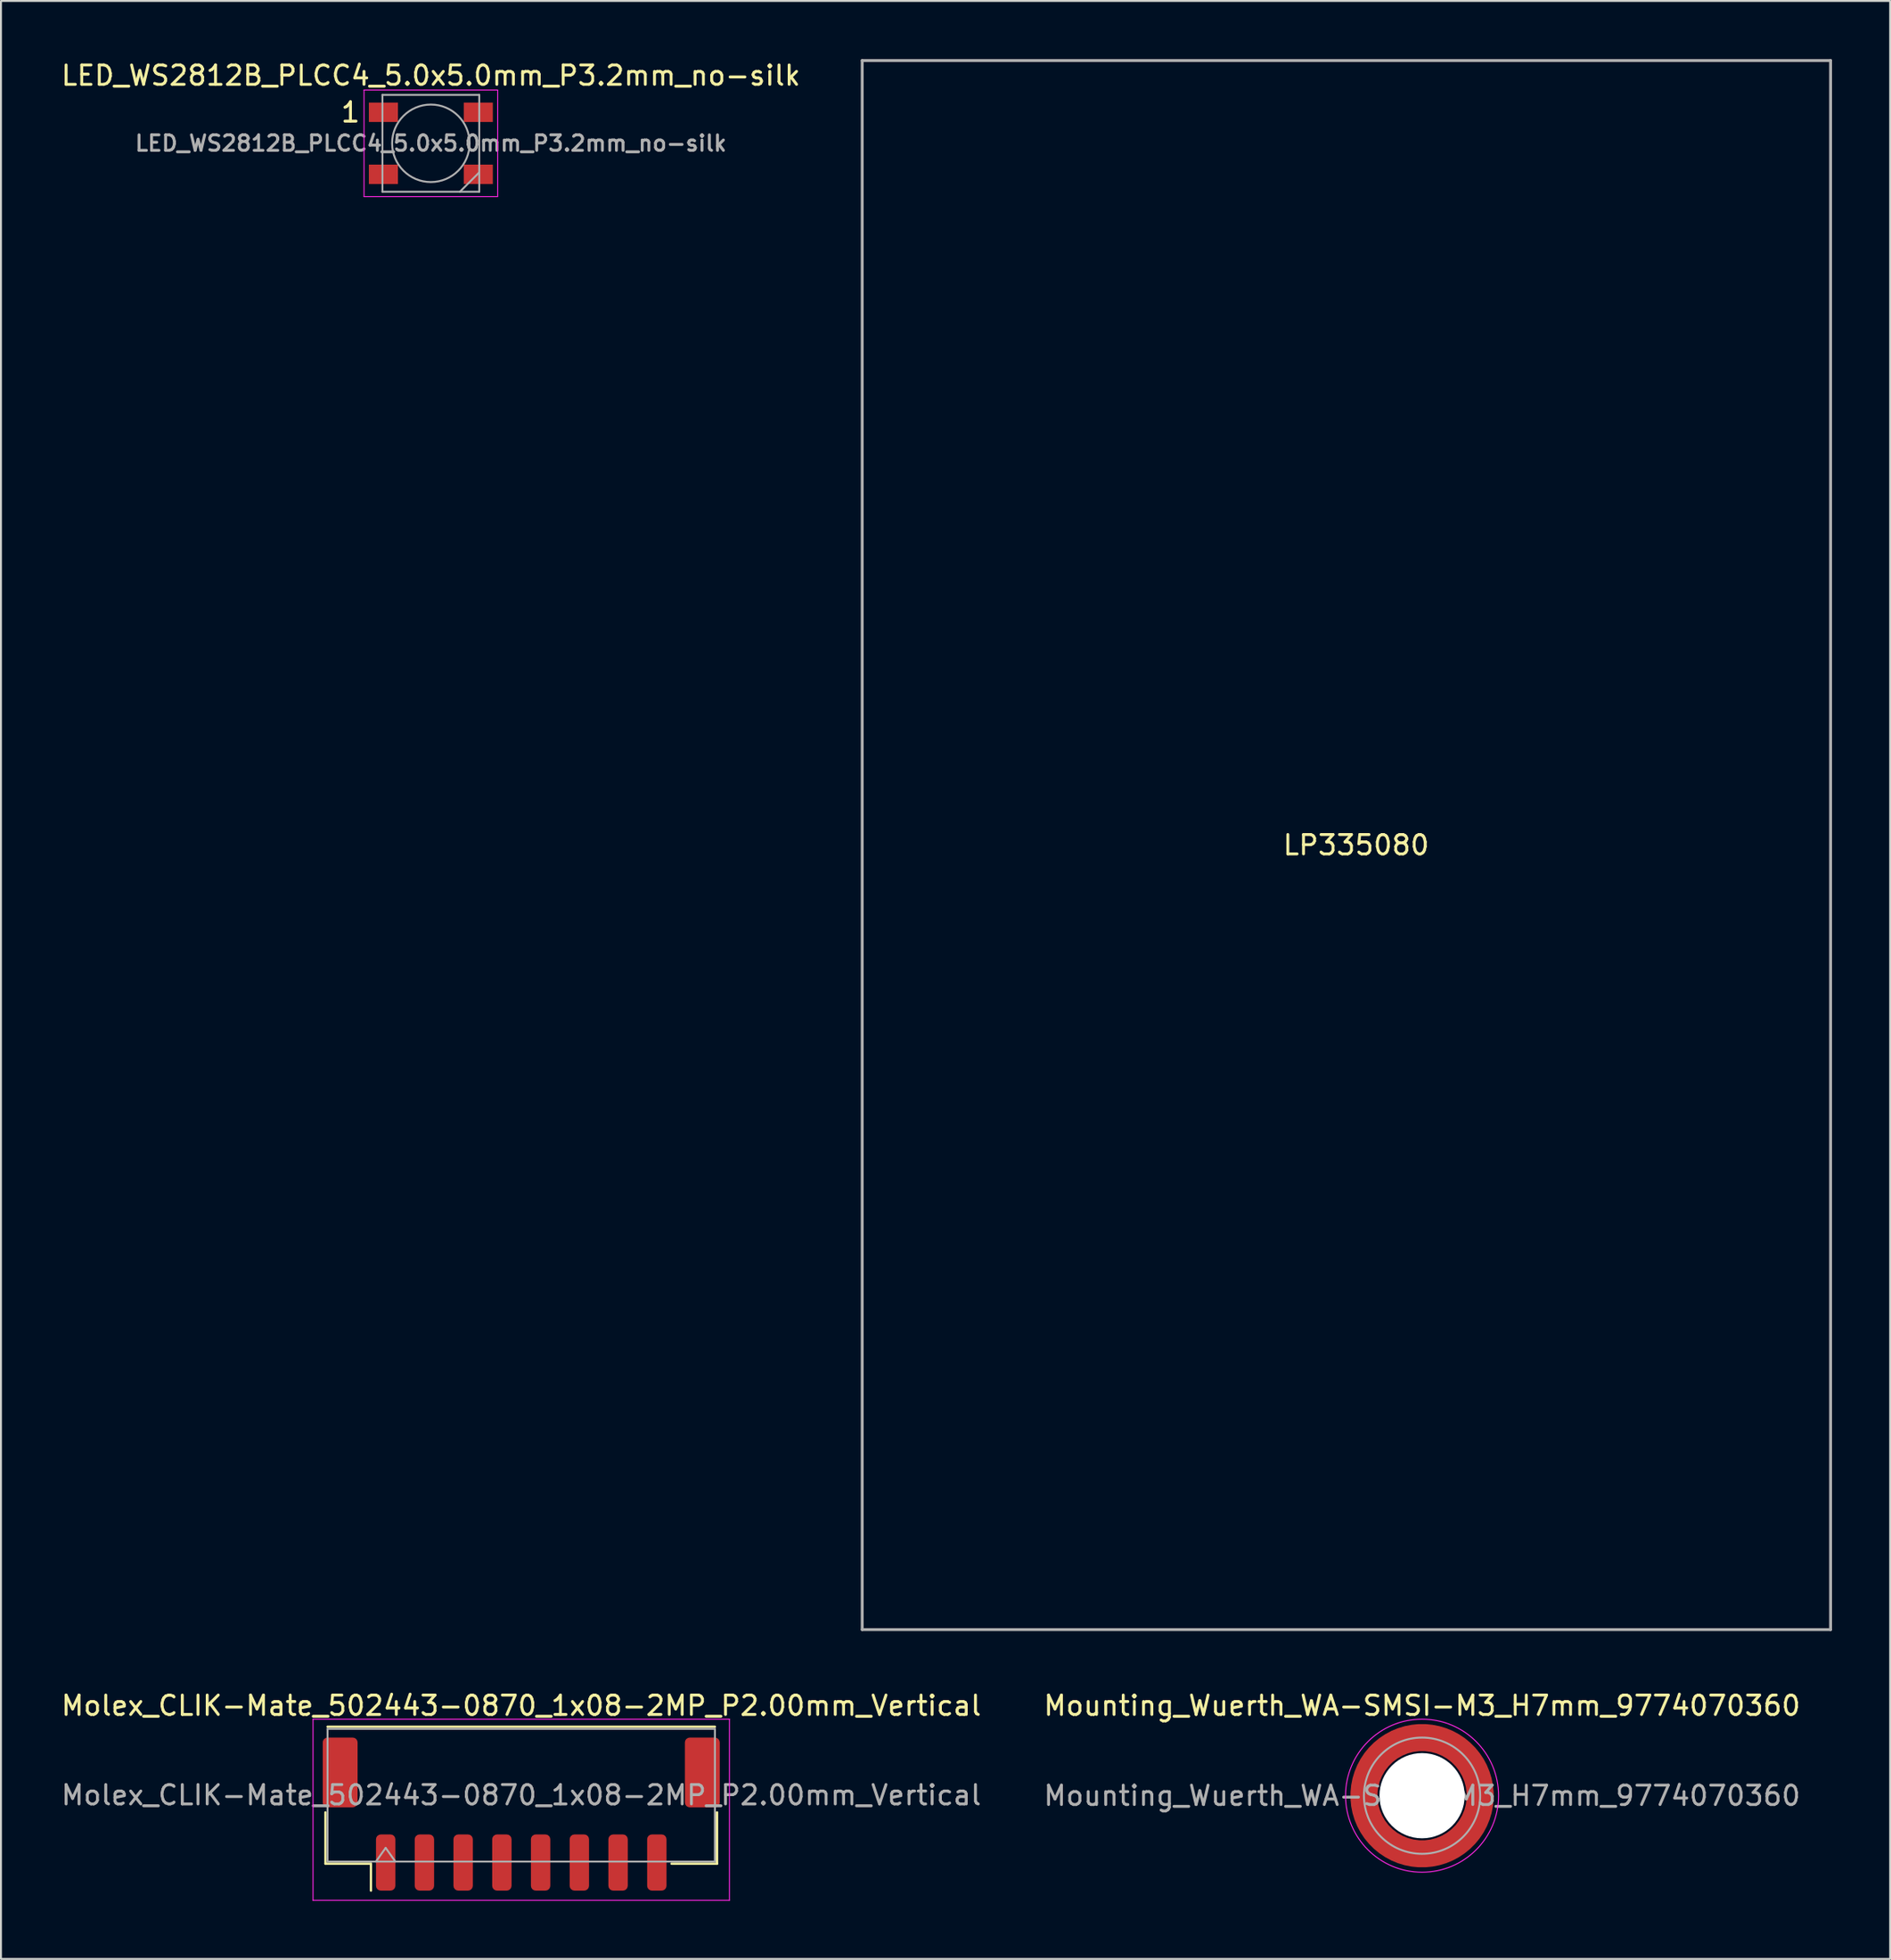
<source format=kicad_pcb>
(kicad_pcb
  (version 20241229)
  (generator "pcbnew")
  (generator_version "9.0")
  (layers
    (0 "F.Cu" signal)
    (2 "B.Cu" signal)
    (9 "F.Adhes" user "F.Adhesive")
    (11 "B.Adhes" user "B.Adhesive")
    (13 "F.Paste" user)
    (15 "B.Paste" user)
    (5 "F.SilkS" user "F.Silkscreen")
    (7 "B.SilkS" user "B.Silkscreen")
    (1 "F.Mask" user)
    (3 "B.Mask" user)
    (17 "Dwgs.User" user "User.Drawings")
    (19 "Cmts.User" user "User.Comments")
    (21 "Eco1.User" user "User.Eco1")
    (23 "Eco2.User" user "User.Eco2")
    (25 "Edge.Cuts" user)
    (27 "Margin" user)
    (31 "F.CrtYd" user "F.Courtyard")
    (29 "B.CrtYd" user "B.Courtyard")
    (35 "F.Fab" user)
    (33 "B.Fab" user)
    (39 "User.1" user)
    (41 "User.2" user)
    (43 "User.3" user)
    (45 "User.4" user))
  (footprint "LED_WS2812B_PLCC4_5.0x5.0mm_P3.2mm_no-silk"
    (layer "F.Cu")
    (at 19.196 4.348)
    (property "Reference" "LED_WS2812B_PLCC4_5.0x5.0mm_P3.2mm_no-silk" (at 0 -3.5 0) (layer "F.SilkS") (effects (font (size 1 1) (thickness 0.15))))
    (attr smd)
    (fp_line (start -3.45 -2.75) (end -3.45 2.75) (stroke (width 0.05) (type solid)) (layer "F.CrtYd"))
    (fp_line (start -3.45 2.75) (end 3.45 2.75) (stroke (width 0.05) (type solid)) (layer "F.CrtYd"))
    (fp_line (start 3.45 -2.75) (end -3.45 -2.75) (stroke (width 0.05) (type solid)) (layer "F.CrtYd"))
    (fp_line (start 3.45 2.75) (end 3.45 -2.75) (stroke (width 0.05) (type solid)) (layer "F.CrtYd"))
    (fp_line (start -2.5 -2.5) (end -2.5 2.5) (stroke (width 0.1) (type solid)) (layer "F.Fab"))
    (fp_line (start -2.5 2.5) (end 2.5 2.5) (stroke (width 0.1) (type solid)) (layer "F.Fab"))
    (fp_line (start 2.5 -2.5) (end -2.5 -2.5) (stroke (width 0.1) (type solid)) (layer "F.Fab"))
    (fp_line (start 2.5 1.5) (end 1.5 2.5) (stroke (width 0.1) (type solid)) (layer "F.Fab"))
    (fp_line (start 2.5 2.5) (end 2.5 -2.5) (stroke (width 0.1) (type solid)) (layer "F.Fab"))
    (fp_circle (center 0 0) (end 0 -2) (stroke (width 0.1) (type solid)) (fill no) (layer "F.Fab"))
    (fp_text user "1" (at -4.15 -1.6 0) (layer "F.SilkS") (effects (font (size 1 1) (thickness 0.15))))
    (fp_text user "${REFERENCE}" (at 0 0 0) (layer "F.Fab") (effects (font (size 0.8 0.8) (thickness 0.15))))
    (pad "1" smd rect (at -2.45 -1.6) (size 1.5 1) (layers "F.Cu" "F.Mask" "F.Paste"))
    (pad "2" smd rect (at -2.45 1.6) (size 1.5 1) (layers "F.Cu" "F.Mask" "F.Paste"))
    (pad "3" smd rect (at 2.45 1.6) (size 1.5 1) (layers "F.Cu" "F.Mask" "F.Paste"))
    (pad "4" smd rect (at 2.45 -1.6) (size 1.5 1) (layers "F.Cu" "F.Mask" "F.Paste")))
  (footprint "LP335080"
    (layer "F.Cu")
    (at 66.468 40.575)
    (property "Reference" "LP335080" (at 0.5 0 0) (layer "F.SilkS") (effects (font (size 1 1) (thickness 0.15))))
    (attr through_hole)
    (fp_line (start -25 -40.5) (end -25 40.5) (stroke (width 0.15) (type solid)) (layer "F.Fab"))
    (fp_line (start -25 40.5) (end 25 40.5) (stroke (width 0.15) (type solid)) (layer "F.Fab"))
    (fp_line (start 25 -40.5) (end -25 -40.5) (stroke (width 0.15) (type solid)) (layer "F.Fab"))
    (fp_line (start 25 40.5) (end 25 -40.5) (stroke (width 0.15) (type solid)) (layer "F.Fab")))
  (footprint "Mounting_Wuerth_WA-SMSI-M3_H7mm_9774070360"
    (layer "F.Cu")
    (at 70.375 89.648)
    (property "Reference" "Mounting_Wuerth_WA-SMSI-M3_H7mm_9774070360" (at 0 -4.65 0) (layer "F.SilkS") (effects (font (size 1 1) (thickness 0.15))))
    (attr smd)
    (fp_circle (center 0 0) (end 3.95 0) (stroke (width 0.05) (type solid)) (fill no) (layer "F.CrtYd"))
    (fp_circle (center 0 0) (end 3 0) (stroke (width 0.1) (type solid)) (fill no) (layer "F.Fab"))
    (fp_text user "${REFERENCE}" (at 0 0 0) (layer "F.Fab") (effects (font (size 1 1) (thickness 0.15))))
    (pad "" smd custom (at -2.058 -2.058) (size 0.7 0.7) (layers "F.Paste") (options (anchor circle)) (primitives (gr_arc (start -0.377294 1.707681) (mid 0.317578 0.318817) (end 1.705947 -0.377044) (width 0.2)) (gr_arc (start -0.478281 1.707681) (mid 0.246161 0.248814) (end 1.703965 -0.477765) (width 0.2)) (gr_arc (start -0.579192 1.707681) (mid 0.175492 0.178063) (end 1.704077 -0.578711) (width 0.2)) (gr_arc (start -0.680037 1.707681) (mid 0.105568 0.106564) (end 1.706284 -0.679858) (width 0.2)) (gr_arc (start -0.780822 1.707681) (mid 0.034627 0.036085) (end 1.705634 -0.780569) (width 0.2)) (gr_arc (start -0.881554 1.707681) (mid -0.035694 -0.035016) (end 1.706729 -0.881441) (width 0.2)) (gr_arc (start -0.982237 1.707681) (mid -0.107281 -0.10485) (end 1.704266 -0.981843) (width 0.2)) (gr_arc (start -1.082877 1.707681) (mid -0.178372 -0.175181) (end 1.703197 -1.082374) (width 0.2)) (gr_arc (start -1.183476 1.707681) (mid -0.248964 -0.246008) (end 1.703525 -1.183025) (width 0.2)) (gr_arc (start -1.28404 1.707681) (mid -0.319062 -0.317334) (end 1.70525 -1.283784) (width 0.2)) (gr_line (start 1.708 -0.377) (end 1.708 -1.284) (width 0.2)) (gr_line (start -0.377 1.708) (end -1.284 1.708) (width 0.2))))
    (pad "" smd custom (at -2.058 2.058) (size 0.7 0.7) (layers "F.Paste") (options (anchor circle)) (primitives (gr_arc (start 1.707681 0.377294) (mid 0.318817 -0.317578) (end -0.377044 -1.705947) (width 0.2)) (gr_arc (start 1.707681 0.478281) (mid 0.248814 -0.246161) (end -0.477765 -1.703965) (width 0.2)) (gr_arc (start 1.707681 0.579192) (mid 0.178063 -0.175492) (end -0.578711 -1.704077) (width 0.2)) (gr_arc (start 1.707681 0.680037) (mid 0.106564 -0.105568) (end -0.679858 -1.706284) (width 0.2)) (gr_arc (start 1.707681 0.780822) (mid 0.036085 -0.034626) (end -0.780569 -1.705634) (width 0.2)) (gr_arc (start 1.707681 0.881554) (mid -0.035016 0.035694) (end -0.881441 -1.706729) (width 0.2)) (gr_arc (start 1.707681 0.982237) (mid -0.10485 0.107281) (end -0.981842 -1.704266) (width 0.2)) (gr_arc (start 1.707681 1.082877) (mid -0.175181 0.178372) (end -1.082374 -1.703197) (width 0.2)) (gr_arc (start 1.707681 1.183476) (mid -0.246008 0.248964) (end -1.183025 -1.703525) (width 0.2)) (gr_arc (start 1.707681 1.28404) (mid -0.317334 0.319062) (end -1.283784 -1.70525) (width 0.2)) (gr_line (start -0.377 -1.708) (end -1.284 -1.708) (width 0.2)) (gr_line (start 1.708 0.377) (end 1.708 1.284) (width 0.2))))
    (pad "" np_thru_hole circle (at 0 0) (size 4.4 4.4) (drill 4.4) (layers "*.Cu" "*.Mask"))
    (pad "" smd custom (at 2.058 -2.058) (size 0.7 0.7) (layers "F.Paste") (options (anchor circle)) (primitives (gr_arc (start -1.707681 -0.377294) (mid -0.318817 0.317579) (end 0.377044 1.705947) (width 0.2)) (gr_arc (start -1.707681 -0.478281) (mid -0.248814 0.246161) (end 0.477765 1.703965) (width 0.2)) (gr_arc (start -1.707681 -0.579192) (mid -0.178063 0.175492) (end 0.578711 1.704077) (width 0.2)) (gr_arc (start -1.707681 -0.680037) (mid -0.106564 0.105568) (end 0.679858 1.706284) (width 0.2)) (gr_arc (start -1.707681 -0.780822) (mid -0.036085 0.034627) (end 0.780569 1.705634) (width 0.2)) (gr_arc (start -1.707681 -0.881554) (mid 0.035016 -0.035694) (end 0.881441 1.706729) (width 0.2)) (gr_arc (start -1.707681 -0.982237) (mid 0.10485 -0.107281) (end 0.981843 1.704266) (width 0.2)) (gr_arc (start -1.707681 -1.082877) (mid 0.175181 -0.178372) (end 1.082374 1.703197) (width 0.2)) (gr_arc (start -1.707681 -1.183476) (mid 0.246008 -0.248964) (end 1.183025 1.703525) (width 0.2)) (gr_arc (start -1.707681 -1.28404) (mid 0.317333 -0.319062) (end 1.283784 1.70525) (width 0.2)) (gr_line (start 0.377 1.708) (end 1.284 1.708) (width 0.2)) (gr_line (start -1.708 -0.377) (end -1.708 -1.284) (width 0.2))))
    (pad "" smd custom (at 2.058 2.058) (size 0.7 0.7) (layers "F.Paste") (options (anchor circle)) (primitives (gr_arc (start 0.377294 -1.707681) (mid -0.317579 -0.318817) (end -1.705947 0.377044) (width 0.2)) (gr_arc (start 0.478281 -1.707681) (mid -0.246161 -0.248814) (end -1.703965 0.477765) (width 0.2)) (gr_arc (start 0.579192 -1.707681) (mid -0.175492 -0.178063) (end -1.704077 0.578711) (width 0.2)) (gr_arc (start 0.680037 -1.707681) (mid -0.105568 -0.106564) (end -1.706284 0.679858) (width 0.2)) (gr_arc (start 0.780822 -1.707681) (mid -0.034627 -0.036085) (end -1.705634 0.780569) (width 0.2)) (gr_arc (start 0.881554 -1.707681) (mid 0.035694 0.035016) (end -1.706729 0.881441) (width 0.2)) (gr_arc (start 0.982237 -1.707681) (mid 0.107281 0.10485) (end -1.704266 0.981843) (width 0.2)) (gr_arc (start 1.082877 -1.707681) (mid 0.178372 0.175181) (end -1.703197 1.082374) (width 0.2)) (gr_arc (start 1.183476 -1.707681) (mid 0.248964 0.246008) (end -1.703525 1.183025) (width 0.2)) (gr_arc (start 1.28404 -1.707681) (mid 0.319062 0.317333) (end -1.70525 1.283784) (width 0.2)) (gr_line (start -1.708 0.377) (end -1.708 1.284) (width 0.2)) (gr_line (start 0.377 -1.708) (end 1.284 -1.708) (width 0.2))))
    (pad "1" smd circle (at -2.95 0) (size 1.1 1.1) (layers "F.Cu"))
    (pad "1" smd circle (at 0 -2.95) (size 1.1 1.1) (layers "F.Cu"))
    (pad "1" smd circle (at 0 2.95) (size 1.1 1.1) (layers "F.Cu"))
    (pad "1" smd custom (at 2.95 0) (size 1.1 1.1) (layers "F.Cu" "F.Mask") (options (anchor circle)) (primitives (gr_circle (center -2.95 0) (end 0.05 0) (width 1.4) (fill no))))
    (zone (net_name "") (layer "F.Cu") (name "fp-rule-area") (hatch edge 0.508) (connect_pads) (min_thickness 0.254) (filled_areas_thickness no) (keepout (tracks allowed) (vias allowed) (pads allowed) (copperpour allowed) (footprints allowed)) (placement (enabled no)) (fill (island_removal_mode 2) (island_area_min 10)) (polygon (pts (xy 74.375 93.648) (xy 66.375 93.648) (xy 66.375 85.648) (xy 74.375 85.648)))))
  (footprint "Molex_CLIK-Mate_502443-0870_1x08-2MP_P2.00mm_Vertical"
    (layer "F.Cu")
    (at 23.863 90.598)
    (property "Reference" "Molex_CLIK-Mate_502443-0870_1x08-2MP_P2.00mm_Vertical" (at 0 -5.6 0) (layer "F.SilkS") (effects (font (size 1 1) (thickness 0.15))))
    (attr smd)
    (fp_line (start -10.11 -0.09) (end -10.11 2.56) (stroke (width 0.12) (type solid)) (layer "F.SilkS"))
    (fp_line (start -10.11 2.56) (end -7.76 2.56) (stroke (width 0.12) (type solid)) (layer "F.SilkS"))
    (fp_line (start -10 -4.51) (end 10 -4.51) (stroke (width 0.12) (type solid)) (layer "F.SilkS"))
    (fp_line (start -7.76 2.56) (end -7.76 3.95) (stroke (width 0.12) (type solid)) (layer "F.SilkS"))
    (fp_line (start 10.11 -0.09) (end 10.11 2.56) (stroke (width 0.12) (type solid)) (layer "F.SilkS"))
    (fp_line (start 10.11 2.56) (end 7.76 2.56) (stroke (width 0.12) (type solid)) (layer "F.SilkS"))
    (fp_line (start -10.75 -4.9) (end -10.75 4.45) (stroke (width 0.05) (type solid)) (layer "F.CrtYd"))
    (fp_line (start -10.75 4.45) (end 10.75 4.45) (stroke (width 0.05) (type solid)) (layer "F.CrtYd"))
    (fp_line (start 10.75 -4.9) (end -10.75 -4.9) (stroke (width 0.05) (type solid)) (layer "F.CrtYd"))
    (fp_line (start 10.75 4.45) (end 10.75 -4.9) (stroke (width 0.05) (type solid)) (layer "F.CrtYd"))
    (fp_line (start -10 -4.4) (end 10 -4.4) (stroke (width 0.1) (type solid)) (layer "F.Fab"))
    (fp_line (start -10 2.45) (end -10 -4.4) (stroke (width 0.1) (type solid)) (layer "F.Fab"))
    (fp_line (start -10 2.45) (end 10 2.45) (stroke (width 0.1) (type solid)) (layer "F.Fab"))
    (fp_line (start -7.5 2.45) (end -7 1.743) (stroke (width 0.1) (type solid)) (layer "F.Fab"))
    (fp_line (start -7 1.743) (end -6.5 2.45) (stroke (width 0.1) (type solid)) (layer "F.Fab"))
    (fp_line (start 10 2.45) (end 10 -4.4) (stroke (width 0.1) (type solid)) (layer "F.Fab"))
    (fp_text user "${REFERENCE}" (at 0 -0.98 0) (layer "F.Fab") (effects (font (size 1 1) (thickness 0.15))))
    (pad "1" smd roundrect (at -7 2.5) (size 1 2.9) (layers "F.Cu" "F.Mask" "F.Paste") (roundrect_rratio 0.25))
    (pad "2" smd roundrect (at -5 2.5) (size 1 2.9) (layers "F.Cu" "F.Mask" "F.Paste") (roundrect_rratio 0.25))
    (pad "3" smd roundrect (at -3 2.5) (size 1 2.9) (layers "F.Cu" "F.Mask" "F.Paste") (roundrect_rratio 0.25))
    (pad "4" smd roundrect (at -1 2.5) (size 1 2.9) (layers "F.Cu" "F.Mask" "F.Paste") (roundrect_rratio 0.25))
    (pad "5" smd roundrect (at 1 2.5) (size 1 2.9) (layers "F.Cu" "F.Mask" "F.Paste") (roundrect_rratio 0.25))
    (pad "6" smd roundrect (at 3 2.5) (size 1 2.9) (layers "F.Cu" "F.Mask" "F.Paste") (roundrect_rratio 0.25))
    (pad "7" smd roundrect (at 5 2.5) (size 1 2.9) (layers "F.Cu" "F.Mask" "F.Paste") (roundrect_rratio 0.25))
    (pad "8" smd roundrect (at 7 2.5) (size 1 2.9) (layers "F.Cu" "F.Mask" "F.Paste") (roundrect_rratio 0.25))
    (pad "MP1" smd roundrect (at -9.35 -2.15) (size 1.8 3.6) (layers "F.Cu" "F.Mask" "F.Paste") (roundrect_rratio 0.139))
    (pad "MP2" smd roundrect (at 9.35 -2.15) (size 1.8 3.6) (layers "F.Cu" "F.Mask" "F.Paste") (roundrect_rratio 0.139)))
  (gr_rect
    (start -3 -3)
    (end 94.543 98.073)
    (stroke (width 0.1) (type default))
    (fill no)
    (layer "Edge.Cuts")))
</source>
